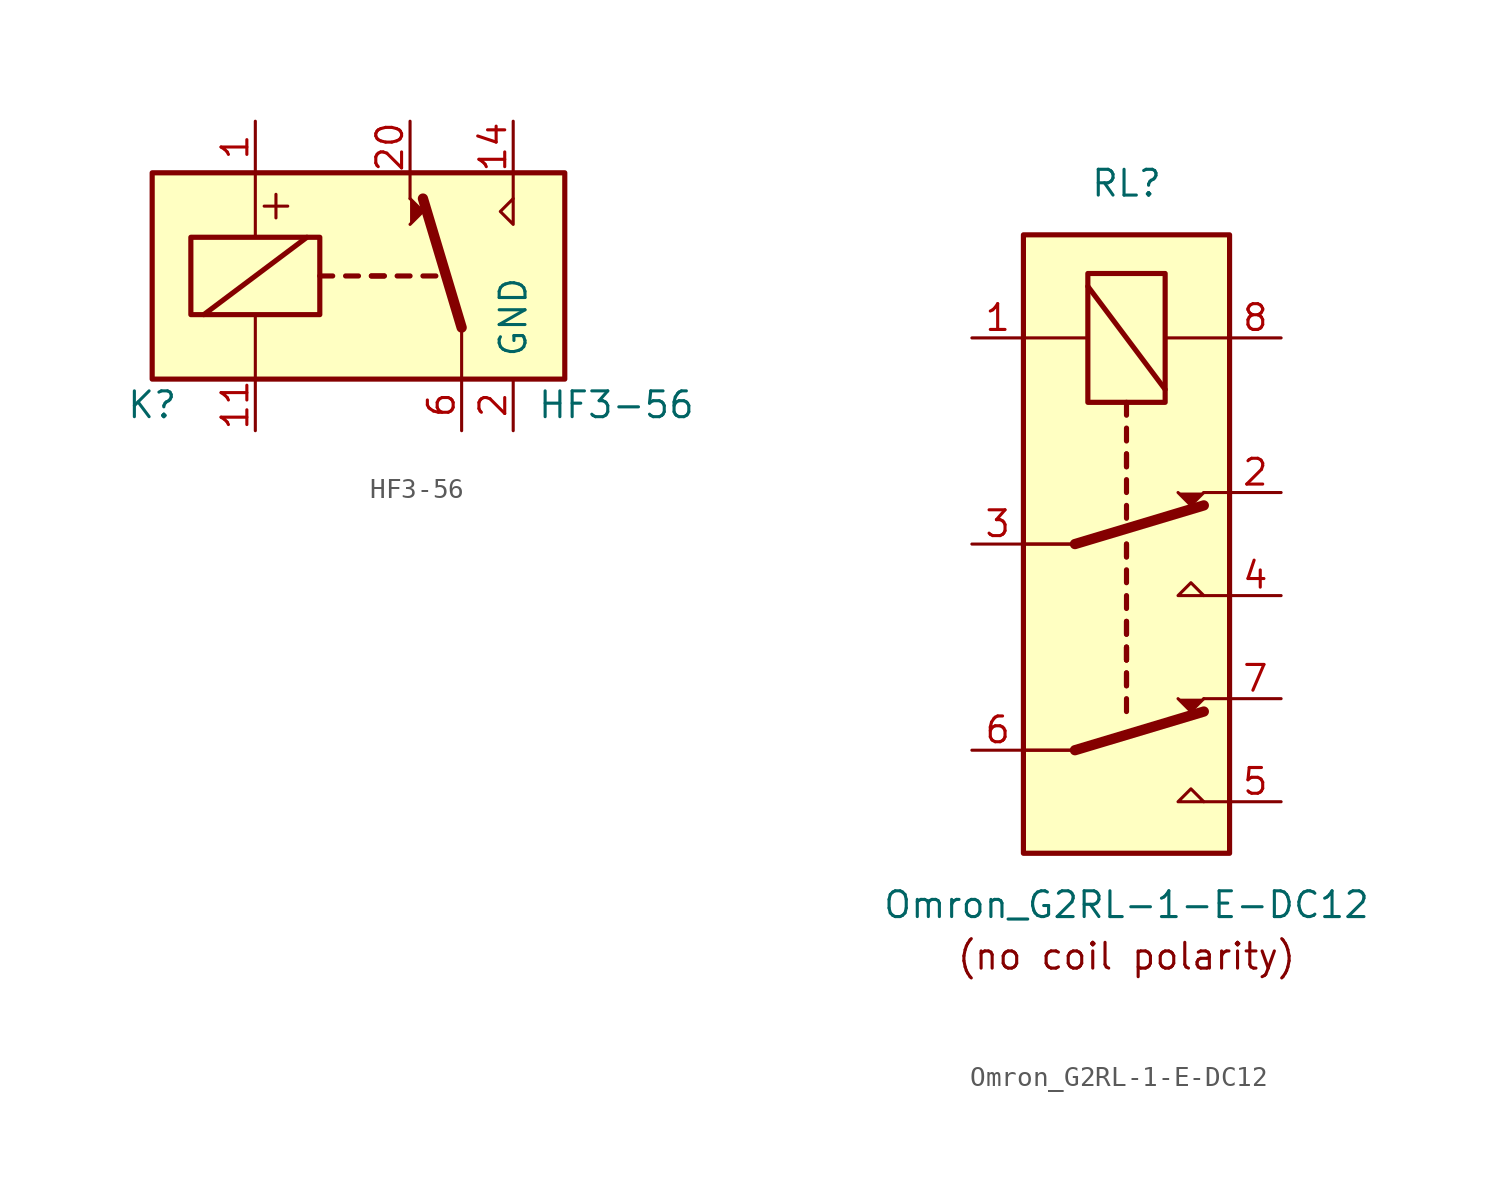
<source format=kicad_sym>
(kicad_symbol_lib
  (version 20220914)
  (generator kicad_symbol_editor)
  (symbol "HF3-56"
    (pin_names
      (offset 1.016))
    (property "Reference" "K"
      (at -10.16 -6.35 0)
      (effects (font (size 1.27 1.27))))
    (property "Value" "HF3-56"
      (at 12.7 -6.35 0)
      (effects (font (size 1.27 1.27))))
    (symbol "HF3-56_1_1"
      (rectangle (start -10.16 5.08) (end 10.16 -5.08) (stroke (width 0.254) (type default)) (fill (type background)))
      (rectangle (start -8.255 1.905) (end -1.905 -1.905) (stroke (width 0.254) (type default)) (fill (type none)))
      (polyline (pts (xy -7.62 -1.905) (xy -2.54 1.905)) (stroke (width 0.254) (type default)) (fill (type none)))
      (polyline (pts (xy -5.08 -5.08) (xy -5.08 -1.905)) (stroke (width 0) (type default)) (fill (type none)))
      (polyline (pts (xy -5.08 5.08) (xy -5.08 1.905)) (stroke (width 0) (type default)) (fill (type none)))
      (polyline (pts (xy -1.905 0) (xy -1.27 0)) (stroke (width 0.254) (type default)) (fill (type none)))
      (polyline (pts (xy -0.635 0) (xy 0 0)) (stroke (width 0.254) (type default)) (fill (type none)))
      (polyline (pts (xy 0.635 0) (xy 1.27 0)) (stroke (width 0.254) (type default)) (fill (type none)))
      (polyline (pts (xy 0.635 0) (xy 1.27 0)) (stroke (width 0.254) (type default)) (fill (type none)))
      (polyline (pts (xy 1.905 0) (xy 2.54 0)) (stroke (width 0.254) (type default)) (fill (type none)))
      (polyline (pts (xy 2.54 3.81) (xy 2.54 5.08)) (stroke (width 0) (type default)) (fill (type none)))
      (polyline (pts (xy 3.175 0) (xy 3.81 0)) (stroke (width 0.254) (type default)) (fill (type none)))
      (polyline (pts (xy 5.08 -2.54) (xy 3.175 3.81)) (stroke (width 0.508) (type default)) (fill (type none)))
      (polyline (pts (xy 5.08 -2.54) (xy 5.08 -5.08)) (stroke (width 0) (type default)) (fill (type none)))
      (polyline (pts (xy 7.62 3.81) (xy 7.62 5.08)) (stroke (width 0) (type default)) (fill (type none)))
      (polyline (pts (xy 2.54 2.54) (xy 3.175 3.175) (xy 2.54 3.81)) (stroke (width 0) (type default)) (fill (type outline)))
      (polyline (pts (xy 7.62 3.81) (xy 7.62 2.54) (xy 6.985 3.175) (xy 7.62 3.81)) (stroke (width 0) (type default)) (fill (type none)))
      (text "+" (at -4.064 3.556 0) (effects (font (size 1.524 1.524))))
      (pin passive line (at -5.08 7.62 270) (length 2.54) (name "~" (effects (font (size 1.27 1.27)))) (number "1" (effects (font (size 1.27 1.27)))))
      (pin passive line (at 7.62 -7.62 90) (length 2.54) hide (name "GND" (effects (font (size 1.27 1.27)))) (number "10" (effects (font (size 1.27 1.27)))))
      (pin passive line (at -5.08 -7.62 90) (length 2.54) (name "~" (effects (font (size 1.27 1.27)))) (number "11" (effects (font (size 1.27 1.27)))))
      (pin passive line (at 7.62 -7.62 90) (length 2.54) hide (name "GND" (effects (font (size 1.27 1.27)))) (number "12" (effects (font (size 1.27 1.27)))))
      (pin passive line (at 7.62 -7.62 90) (length 2.54) hide (name "GND" (effects (font (size 1.27 1.27)))) (number "13" (effects (font (size 1.27 1.27)))))
      (pin passive line (at 7.62 7.62 270) (length 2.54) (name "~" (effects (font (size 1.27 1.27)))) (number "14" (effects (font (size 1.27 1.27)))))
      (pin passive line (at 7.62 -7.62 90) (length 2.54) hide (name "GND" (effects (font (size 1.27 1.27)))) (number "15" (effects (font (size 1.27 1.27)))))
      (pin passive line (at 7.62 -7.62 90) (length 2.54) hide (name "GND" (effects (font (size 1.27 1.27)))) (number "17" (effects (font (size 1.27 1.27)))))
      (pin passive line (at 7.62 -7.62 90) (length 2.54) hide (name "GND" (effects (font (size 1.27 1.27)))) (number "19" (effects (font (size 1.27 1.27)))))
      (pin power_in line (at 7.62 -7.62 90) (length 2.54) (name "GND" (effects (font (size 1.27 1.27)))) (number "2" (effects (font (size 1.27 1.27)))))
      (pin passive line (at 2.54 7.62 270) (length 2.54) (name "~" (effects (font (size 1.27 1.27)))) (number "20" (effects (font (size 1.27 1.27)))))
      (pin passive line (at 7.62 -7.62 90) (length 2.54) hide (name "GND" (effects (font (size 1.27 1.27)))) (number "21" (effects (font (size 1.27 1.27)))))
      (pin passive line (at 7.62 -7.62 90) (length 2.54) hide (name "GND" (effects (font (size 1.27 1.27)))) (number "22" (effects (font (size 1.27 1.27)))))
      (pin passive line (at 7.62 -7.62 90) (length 2.54) hide (name "GND" (effects (font (size 1.27 1.27)))) (number "5" (effects (font (size 1.27 1.27)))))
      (pin passive line (at 5.08 -7.62 90) (length 2.54) (name "~" (effects (font (size 1.27 1.27)))) (number "6" (effects (font (size 1.27 1.27)))))
      (pin passive line (at 7.62 -7.62 90) (length 2.54) hide (name "GND" (effects (font (size 1.27 1.27)))) (number "7" (effects (font (size 1.27 1.27)))))))
  (symbol "Omron_G2RL-1-E-DC12 "
    (pin_names
      (offset 1.016))
    (property "Reference" "RL"
      (at 0 12.7 0)
      (do_not_autoplace)
      (effects (font (size 1.27 1.27))))
    (property "Value" "Omron_G2RL-1-E-DC12"
      (at 0 -22.86 0)
      (do_not_autoplace)
      (effects (font (size 1.27 1.27))))
    (symbol "Omron_G2RL-1-E-DC12 _0_0"
      (text "(no coil polarity)" (at 0 -25.4 0) (effects (font (size 1.27 1.27)))))
    (symbol "Omron_G2RL-1-E-DC12 _1_1"
      (rectangle (start -5.08 10.16) (end 5.08 -20.32) (stroke (width 0.254) (type default)) (fill (type background)))
      (polyline (pts (xy -5.08 5.08) (xy -1.905 5.08)) (stroke (width 0) (type default)) (fill (type none)))
      (polyline (pts (xy -2.54 -15.24) (xy -5.08 -15.24)) (stroke (width 0) (type default)) (fill (type none)))
      (polyline (pts (xy -2.54 -15.24) (xy -5.08 -15.24)) (stroke (width 0) (type default)) (fill (type none)))
      (polyline (pts (xy -2.54 -15.24) (xy 3.81 -13.335)) (stroke (width 0.508) (type default)) (fill (type none)))
      (polyline (pts (xy -2.54 -5.08) (xy -5.08 -5.08)) (stroke (width 0) (type default)) (fill (type none)))
      (polyline (pts (xy -2.54 -5.08) (xy -5.08 -5.08)) (stroke (width 0) (type default)) (fill (type none)))
      (polyline (pts (xy -2.54 -5.08) (xy 3.81 -3.175)) (stroke (width 0.508) (type default)) (fill (type none)))
      (polyline (pts (xy -1.905 7.62) (xy 1.905 2.54)) (stroke (width 0.254) (type default)) (fill (type none)))
      (polyline (pts (xy 0 -12.7) (xy 0 -13.335)) (stroke (width 0.254) (type default)) (fill (type none)))
      (polyline (pts (xy 0 -11.43) (xy 0 -12.065)) (stroke (width 0.254) (type default)) (fill (type none)))
      (polyline (pts (xy 0 -11.43) (xy 0 -12.065)) (stroke (width 0.254) (type default)) (fill (type none)))
      (polyline (pts (xy 0 -10.16) (xy 0 -10.795)) (stroke (width 0.254) (type default)) (fill (type none)))
      (polyline (pts (xy 0 -10.16) (xy 0 -10.795)) (stroke (width 0.254) (type default)) (fill (type none)))
      (polyline (pts (xy 0 -10.16) (xy 0 -10.795)) (stroke (width 0.254) (type default)) (fill (type none)))
      (polyline (pts (xy 0 -8.89) (xy 0 -9.525)) (stroke (width 0.254) (type default)) (fill (type none)))
      (polyline (pts (xy 0 -8.89) (xy 0 -9.525)) (stroke (width 0.254) (type default)) (fill (type none)))
      (polyline (pts (xy 0 -7.62) (xy 0 -8.255)) (stroke (width 0.254) (type default)) (fill (type none)))
      (polyline (pts (xy 0 -6.35) (xy 0 -6.985)) (stroke (width 0.254) (type default)) (fill (type none)))
      (polyline (pts (xy 0 -5.08) (xy 0 -5.715)) (stroke (width 0.254) (type default)) (fill (type none)))
      (polyline (pts (xy 0 -5.08) (xy 0 -5.715)) (stroke (width 0.254) (type default)) (fill (type none)))
      (polyline (pts (xy 0 -3.175) (xy 0 -3.81)) (stroke (width 0.254) (type default)) (fill (type none)))
      (polyline (pts (xy 0 -1.905) (xy 0 -2.54)) (stroke (width 0.254) (type default)) (fill (type none)))
      (polyline (pts (xy 0 -0.635) (xy 0 -1.27)) (stroke (width 0.254) (type default)) (fill (type none)))
      (polyline (pts (xy 0 -0.635) (xy 0 -1.27)) (stroke (width 0.254) (type default)) (fill (type none)))
      (polyline (pts (xy 0 0.635) (xy 0 0)) (stroke (width 0.254) (type default)) (fill (type none)))
      (polyline (pts (xy 0 1.905) (xy 0 1.27)) (stroke (width 0.254) (type default)) (fill (type none)))
      (polyline (pts (xy 3.81 -17.78) (xy 5.08 -17.78)) (stroke (width 0) (type default)) (fill (type none)))
      (polyline (pts (xy 3.81 -12.7) (xy 5.08 -12.7)) (stroke (width 0) (type default)) (fill (type none)))
      (polyline (pts (xy 3.81 -7.62) (xy 5.08 -7.62)) (stroke (width 0) (type default)) (fill (type none)))
      (polyline (pts (xy 3.81 -2.54) (xy 5.08 -2.54)) (stroke (width 0) (type default)) (fill (type none)))
      (polyline (pts (xy 5.08 5.08) (xy 1.905 5.08)) (stroke (width 0) (type default)) (fill (type none)))
      (polyline (pts (xy 2.54 -12.7) (xy 3.175 -13.335) (xy 3.81 -12.7)) (stroke (width 0) (type default)) (fill (type outline)))
      (polyline (pts (xy 2.54 -2.54) (xy 3.175 -3.175) (xy 3.81 -2.54)) (stroke (width 0) (type default)) (fill (type outline)))
      (polyline (pts (xy 3.81 -17.78) (xy 2.54 -17.78) (xy 3.175 -17.145) (xy 3.81 -17.78)) (stroke (width 0) (type default)) (fill (type none)))
      (polyline (pts (xy 3.81 -7.62) (xy 2.54 -7.62) (xy 3.175 -6.985) (xy 3.81 -7.62)) (stroke (width 0) (type default)) (fill (type none)))
      (rectangle (start 1.905 8.255) (end -1.905 1.905) (stroke (width 0.254) (type default)) (fill (type none)))
      (pin passive line (at -7.62 5.08 0) (length 2.54) (name "~" (effects (font (size 1.27 1.27)))) (number "1" (effects (font (size 1.27 1.27)))))
      (pin passive line (at 7.62 -2.54 180) (length 2.54) (name "~" (effects (font (size 1.27 1.27)))) (number "2" (effects (font (size 1.27 1.27)))))
      (pin passive line (at -7.62 -5.08 0) (length 2.54) (name "~" (effects (font (size 1.27 1.27)))) (number "3" (effects (font (size 1.27 1.27)))))
      (pin passive line (at 7.62 -7.62 180) (length 2.54) (name "~" (effects (font (size 1.27 1.27)))) (number "4" (effects (font (size 1.27 1.27)))))
      (pin passive line (at 7.62 -17.78 180) (length 2.54) (name "~" (effects (font (size 1.27 1.27)))) (number "5" (effects (font (size 1.27 1.27)))))
      (pin passive line (at -7.62 -15.24 0) (length 2.54) (name "~" (effects (font (size 1.27 1.27)))) (number "6" (effects (font (size 1.27 1.27)))))
      (pin passive line (at 7.62 -12.7 180) (length 2.54) (name "~" (effects (font (size 1.27 1.27)))) (number "7" (effects (font (size 1.27 1.27)))))
      (pin passive line (at 7.62 5.08 180) (length 2.54) (name "~" (effects (font (size 1.27 1.27)))) (number "8" (effects (font (size 1.27 1.27))))))))
</source>
